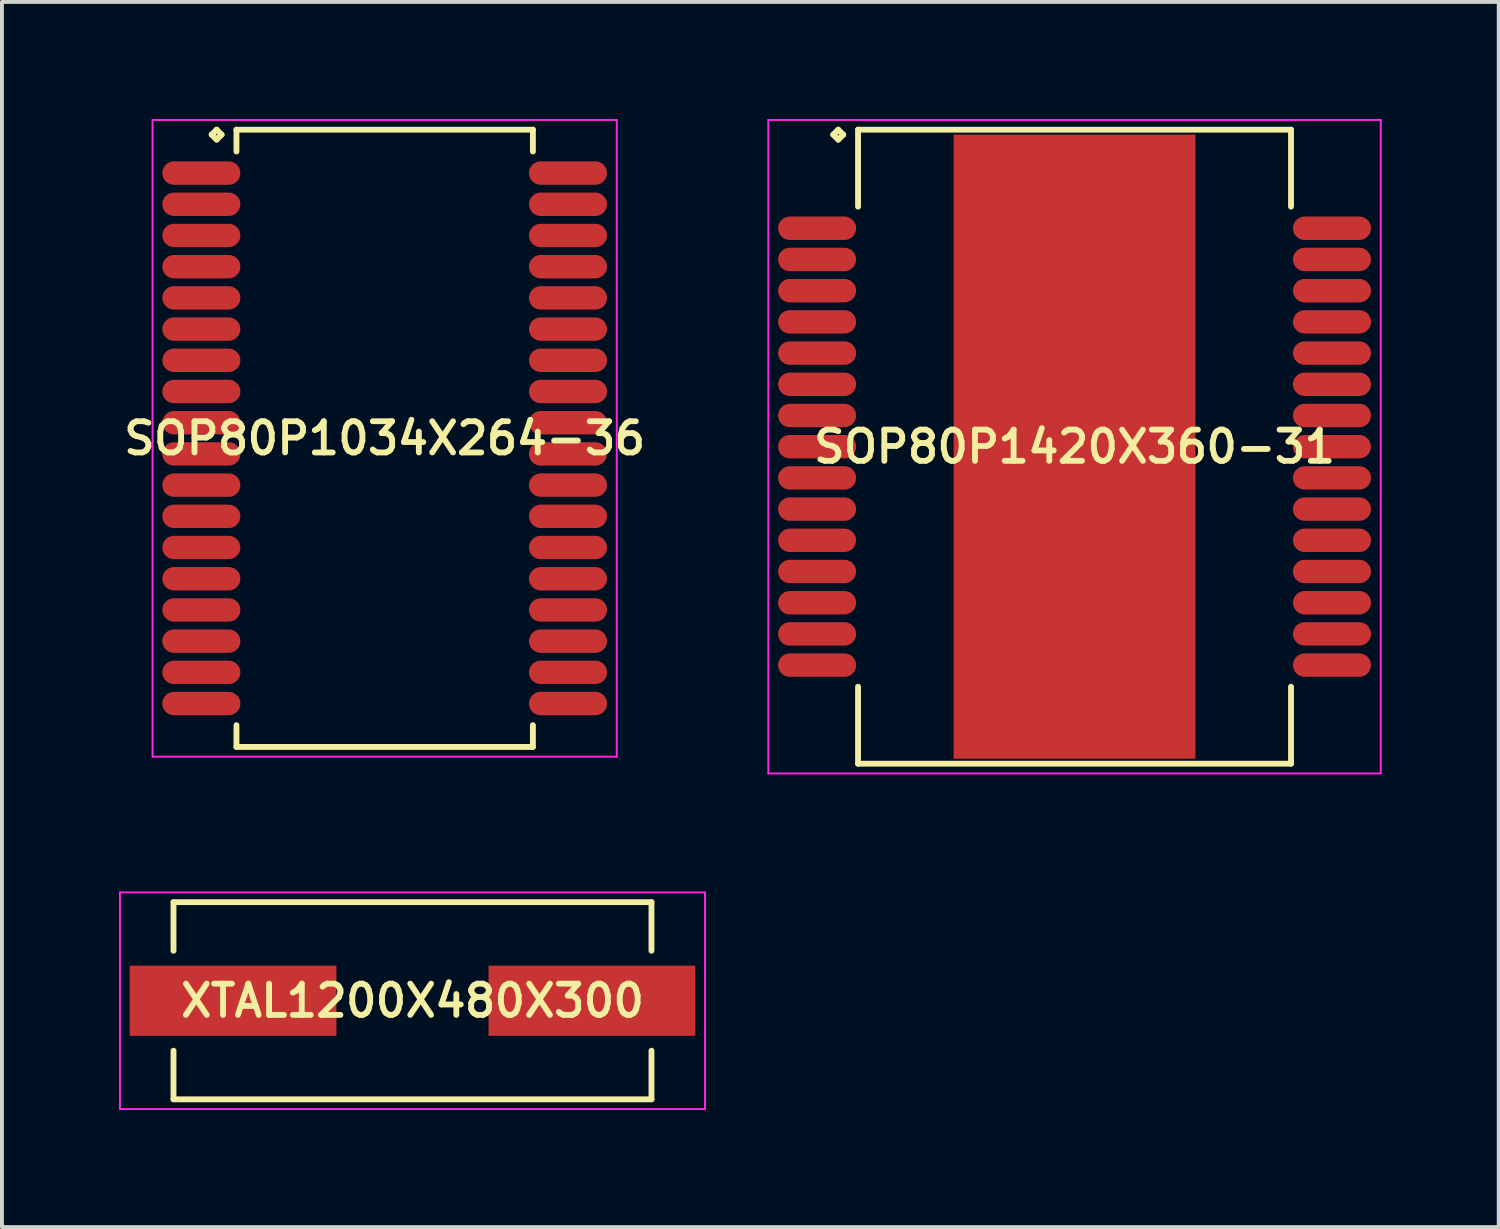
<source format=kicad_pcb>
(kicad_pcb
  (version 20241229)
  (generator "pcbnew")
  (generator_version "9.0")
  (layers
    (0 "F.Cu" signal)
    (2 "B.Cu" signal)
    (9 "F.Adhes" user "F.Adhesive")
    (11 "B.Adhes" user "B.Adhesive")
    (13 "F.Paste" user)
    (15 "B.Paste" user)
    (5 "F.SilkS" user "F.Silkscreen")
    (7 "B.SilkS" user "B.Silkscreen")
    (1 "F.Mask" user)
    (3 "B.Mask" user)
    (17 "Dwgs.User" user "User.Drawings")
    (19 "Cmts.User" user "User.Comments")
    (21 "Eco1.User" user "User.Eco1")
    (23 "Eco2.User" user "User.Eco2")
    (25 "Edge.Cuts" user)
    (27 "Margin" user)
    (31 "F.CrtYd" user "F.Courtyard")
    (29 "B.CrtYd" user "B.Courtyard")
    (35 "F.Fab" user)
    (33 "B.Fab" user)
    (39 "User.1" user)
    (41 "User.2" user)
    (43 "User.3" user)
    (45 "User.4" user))
  (footprint "SOP80P1034X264-36"
    (layer "F.Cu")
    (at 6.812 8.187)
    (property "Reference" "SOP80P1034X264-36" (at 0 0 0) (layer "F.SilkS") (effects (font (size 0.8 0.8) (thickness 0.15))))
    (attr smd)
    (fp_line (start -4.435 -7.785) (end -4.308 -7.912) (stroke (width 0.15) (type solid)) (layer "F.SilkS"))
    (fp_line (start -4.308 -7.912) (end -4.181 -7.785) (stroke (width 0.15) (type solid)) (layer "F.SilkS"))
    (fp_line (start -4.308 -7.658) (end -4.435 -7.785) (stroke (width 0.15) (type solid)) (layer "F.SilkS"))
    (fp_line (start -4.181 -7.785) (end -4.308 -7.658) (stroke (width 0.15) (type solid)) (layer "F.SilkS"))
    (fp_line (start -3.8 -7.912) (end 3.8 -7.912) (stroke (width 0.15) (type solid)) (layer "F.SilkS"))
    (fp_line (start -3.8 -7.354) (end -3.8 -7.912) (stroke (width 0.15) (type solid)) (layer "F.SilkS"))
    (fp_line (start -3.8 7.354) (end -3.8 7.912) (stroke (width 0.15) (type solid)) (layer "F.SilkS"))
    (fp_line (start -3.8 7.912) (end 3.8 7.912) (stroke (width 0.15) (type solid)) (layer "F.SilkS"))
    (fp_line (start 3.8 -7.912) (end 3.8 -7.354) (stroke (width 0.15) (type solid)) (layer "F.SilkS"))
    (fp_line (start 3.8 7.912) (end 3.8 7.354) (stroke (width 0.15) (type solid)) (layer "F.SilkS"))
    (fp_line (start -5.95 -8.162) (end 5.95 -8.162) (stroke (width 0.05) (type solid)) (layer "F.CrtYd"))
    (fp_line (start -5.95 8.162) (end -5.95 -8.162) (stroke (width 0.05) (type solid)) (layer "F.CrtYd"))
    (fp_line (start 5.95 -8.162) (end 5.95 8.162) (stroke (width 0.05) (type solid)) (layer "F.CrtYd"))
    (fp_line (start 5.95 8.162) (end -5.95 8.162) (stroke (width 0.05) (type solid)) (layer "F.CrtYd"))
    (pad "1" smd oval (at -4.7 -6.8) (size 2 0.6) (layers "F.Cu" "F.Mask" "F.Paste"))
    (pad "2" smd oval (at -4.7 -6) (size 2 0.6) (layers "F.Cu" "F.Mask" "F.Paste"))
    (pad "3" smd oval (at -4.7 -5.2) (size 2 0.6) (layers "F.Cu" "F.Mask" "F.Paste"))
    (pad "4" smd oval (at -4.7 -4.4) (size 2 0.6) (layers "F.Cu" "F.Mask" "F.Paste"))
    (pad "5" smd oval (at -4.7 -3.6) (size 2 0.6) (layers "F.Cu" "F.Mask" "F.Paste"))
    (pad "6" smd oval (at -4.7 -2.8) (size 2 0.6) (layers "F.Cu" "F.Mask" "F.Paste"))
    (pad "7" smd oval (at -4.7 -2) (size 2 0.6) (layers "F.Cu" "F.Mask" "F.Paste"))
    (pad "8" smd oval (at -4.7 -1.2) (size 2 0.6) (layers "F.Cu" "F.Mask" "F.Paste"))
    (pad "9" smd oval (at -4.7 -0.4) (size 2 0.6) (layers "F.Cu" "F.Mask" "F.Paste"))
    (pad "10" smd oval (at -4.7 0.4) (size 2 0.6) (layers "F.Cu" "F.Mask" "F.Paste"))
    (pad "11" smd oval (at -4.7 1.2) (size 2 0.6) (layers "F.Cu" "F.Mask" "F.Paste"))
    (pad "12" smd oval (at -4.7 2) (size 2 0.6) (layers "F.Cu" "F.Mask" "F.Paste"))
    (pad "13" smd oval (at -4.7 2.8) (size 2 0.6) (layers "F.Cu" "F.Mask" "F.Paste"))
    (pad "14" smd oval (at -4.7 3.6) (size 2 0.6) (layers "F.Cu" "F.Mask" "F.Paste"))
    (pad "15" smd oval (at -4.7 4.4) (size 2 0.6) (layers "F.Cu" "F.Mask" "F.Paste"))
    (pad "16" smd oval (at -4.7 5.2) (size 2 0.6) (layers "F.Cu" "F.Mask" "F.Paste"))
    (pad "17" smd oval (at -4.7 6) (size 2 0.6) (layers "F.Cu" "F.Mask" "F.Paste"))
    (pad "18" smd oval (at -4.7 6.8) (size 2 0.6) (layers "F.Cu" "F.Mask" "F.Paste"))
    (pad "19" smd oval (at 4.7 6.8) (size 2 0.6) (layers "F.Cu" "F.Mask" "F.Paste"))
    (pad "20" smd oval (at 4.7 6) (size 2 0.6) (layers "F.Cu" "F.Mask" "F.Paste"))
    (pad "21" smd oval (at 4.7 5.2) (size 2 0.6) (layers "F.Cu" "F.Mask" "F.Paste"))
    (pad "22" smd oval (at 4.7 4.4) (size 2 0.6) (layers "F.Cu" "F.Mask" "F.Paste"))
    (pad "23" smd oval (at 4.7 3.6) (size 2 0.6) (layers "F.Cu" "F.Mask" "F.Paste"))
    (pad "24" smd oval (at 4.7 2.8) (size 2 0.6) (layers "F.Cu" "F.Mask" "F.Paste"))
    (pad "25" smd oval (at 4.7 2) (size 2 0.6) (layers "F.Cu" "F.Mask" "F.Paste"))
    (pad "26" smd oval (at 4.7 1.2) (size 2 0.6) (layers "F.Cu" "F.Mask" "F.Paste"))
    (pad "27" smd oval (at 4.7 0.4) (size 2 0.6) (layers "F.Cu" "F.Mask" "F.Paste"))
    (pad "28" smd oval (at 4.7 -0.4) (size 2 0.6) (layers "F.Cu" "F.Mask" "F.Paste"))
    (pad "29" smd oval (at 4.7 -1.2) (size 2 0.6) (layers "F.Cu" "F.Mask" "F.Paste"))
    (pad "30" smd oval (at 4.7 -2) (size 2 0.6) (layers "F.Cu" "F.Mask" "F.Paste"))
    (pad "31" smd oval (at 4.7 -2.8) (size 2 0.6) (layers "F.Cu" "F.Mask" "F.Paste"))
    (pad "32" smd oval (at 4.7 -3.6) (size 2 0.6) (layers "F.Cu" "F.Mask" "F.Paste"))
    (pad "33" smd oval (at 4.7 -4.4) (size 2 0.6) (layers "F.Cu" "F.Mask" "F.Paste"))
    (pad "34" smd oval (at 4.7 -5.2) (size 2 0.6) (layers "F.Cu" "F.Mask" "F.Paste"))
    (pad "35" smd oval (at 4.7 -6) (size 2 0.6) (layers "F.Cu" "F.Mask" "F.Paste"))
    (pad "36" smd oval (at 4.7 -6.8) (size 2 0.6) (layers "F.Cu" "F.Mask" "F.Paste")))
  (footprint "XTAL1200X480X300"
    (layer "F.Cu")
    (at 7.525 22.606)
    (property "Reference" "XTAL1200X480X300" (at 0 0 0) (layer "F.SilkS") (effects (font (size 0.8 0.8) (thickness 0.15))))
    (attr smd)
    (fp_line (start -6.127 -2.527) (end 6.127 -2.527) (stroke (width 0.15) (type solid)) (layer "F.SilkS"))
    (fp_line (start -6.127 -1.281) (end -6.127 -2.527) (stroke (width 0.15) (type solid)) (layer "F.SilkS"))
    (fp_line (start -6.127 1.281) (end -6.127 2.527) (stroke (width 0.15) (type solid)) (layer "F.SilkS"))
    (fp_line (start -6.127 2.527) (end 6.127 2.527) (stroke (width 0.15) (type solid)) (layer "F.SilkS"))
    (fp_line (start 6.127 -2.527) (end 6.127 -1.281) (stroke (width 0.15) (type solid)) (layer "F.SilkS"))
    (fp_line (start 6.127 2.527) (end 6.127 1.281) (stroke (width 0.15) (type solid)) (layer "F.SilkS"))
    (fp_line (start -7.5 -2.777) (end 7.5 -2.777) (stroke (width 0.05) (type solid)) (layer "F.CrtYd"))
    (fp_line (start -7.5 2.777) (end -7.5 -2.777) (stroke (width 0.05) (type solid)) (layer "F.CrtYd"))
    (fp_line (start 7.5 -2.777) (end 7.5 2.777) (stroke (width 0.05) (type solid)) (layer "F.CrtYd"))
    (fp_line (start 7.5 2.777) (end -7.5 2.777) (stroke (width 0.05) (type solid)) (layer "F.CrtYd"))
    (pad "1" smd rect (at -4.6 0) (size 5.3 1.8) (layers "F.Cu" "F.Mask" "F.Paste"))
    (pad "2" smd rect (at 4.6 0) (size 5.3 1.8) (layers "F.Cu" "F.Mask" "F.Paste")))
  (footprint "SOP80P1420X360-31"
    (layer "F.Cu")
    (at 24.498 8.402)
    (property "Reference" "SOP80P1420X360-31" (at 0 0 0) (layer "F.SilkS") (effects (font (size 0.8 0.8) (thickness 0.15))))
    (attr smd)
    (fp_line (start -6.185 -8) (end -6.058 -8.127) (stroke (width 0.15) (type solid)) (layer "F.SilkS"))
    (fp_line (start -6.058 -8.127) (end -5.931 -8) (stroke (width 0.15) (type solid)) (layer "F.SilkS"))
    (fp_line (start -6.058 -7.873) (end -6.185 -8) (stroke (width 0.15) (type solid)) (layer "F.SilkS"))
    (fp_line (start -5.931 -8) (end -6.058 -7.873) (stroke (width 0.15) (type solid)) (layer "F.SilkS"))
    (fp_line (start -5.55 -8.127) (end 5.55 -8.127) (stroke (width 0.15) (type solid)) (layer "F.SilkS"))
    (fp_line (start -5.55 -6.154) (end -5.55 -8.127) (stroke (width 0.15) (type solid)) (layer "F.SilkS"))
    (fp_line (start -5.55 6.154) (end -5.55 8.127) (stroke (width 0.15) (type solid)) (layer "F.SilkS"))
    (fp_line (start -5.55 8.127) (end 5.55 8.127) (stroke (width 0.15) (type solid)) (layer "F.SilkS"))
    (fp_line (start 5.55 -8.127) (end 5.55 -6.154) (stroke (width 0.15) (type solid)) (layer "F.SilkS"))
    (fp_line (start 5.55 8.127) (end 5.55 6.154) (stroke (width 0.15) (type solid)) (layer "F.SilkS"))
    (fp_line (start -7.85 -8.377) (end 7.85 -8.377) (stroke (width 0.05) (type solid)) (layer "F.CrtYd"))
    (fp_line (start -7.85 8.377) (end -7.85 -8.377) (stroke (width 0.05) (type solid)) (layer "F.CrtYd"))
    (fp_line (start 7.85 -8.377) (end 7.85 8.377) (stroke (width 0.05) (type solid)) (layer "F.CrtYd"))
    (fp_line (start 7.85 8.377) (end -7.85 8.377) (stroke (width 0.05) (type solid)) (layer "F.CrtYd"))
    (pad "1" smd oval (at -6.6 -5.6) (size 2 0.6) (layers "F.Cu" "F.Mask" "F.Paste"))
    (pad "2" smd oval (at -6.6 -4.8) (size 2 0.6) (layers "F.Cu" "F.Mask" "F.Paste"))
    (pad "3" smd oval (at -6.6 -4) (size 2 0.6) (layers "F.Cu" "F.Mask" "F.Paste"))
    (pad "4" smd oval (at -6.6 -3.2) (size 2 0.6) (layers "F.Cu" "F.Mask" "F.Paste"))
    (pad "5" smd oval (at -6.6 -2.4) (size 2 0.6) (layers "F.Cu" "F.Mask" "F.Paste"))
    (pad "6" smd oval (at -6.6 -1.6) (size 2 0.6) (layers "F.Cu" "F.Mask" "F.Paste"))
    (pad "7" smd oval (at -6.6 -0.8) (size 2 0.6) (layers "F.Cu" "F.Mask" "F.Paste"))
    (pad "8" smd oval (at -6.6 0) (size 2 0.6) (layers "F.Cu" "F.Mask" "F.Paste"))
    (pad "9" smd oval (at -6.6 0.8) (size 2 0.6) (layers "F.Cu" "F.Mask" "F.Paste"))
    (pad "10" smd oval (at -6.6 1.6) (size 2 0.6) (layers "F.Cu" "F.Mask" "F.Paste"))
    (pad "11" smd oval (at -6.6 2.4) (size 2 0.6) (layers "F.Cu" "F.Mask" "F.Paste"))
    (pad "12" smd oval (at -6.6 3.2) (size 2 0.6) (layers "F.Cu" "F.Mask" "F.Paste"))
    (pad "13" smd oval (at -6.6 4) (size 2 0.6) (layers "F.Cu" "F.Mask" "F.Paste"))
    (pad "14" smd oval (at -6.6 4.8) (size 2 0.6) (layers "F.Cu" "F.Mask" "F.Paste"))
    (pad "15" smd oval (at -6.6 5.6) (size 2 0.6) (layers "F.Cu" "F.Mask" "F.Paste"))
    (pad "16" smd oval (at 6.6 5.6) (size 2 0.6) (layers "F.Cu" "F.Mask" "F.Paste"))
    (pad "17" smd oval (at 6.6 4.8) (size 2 0.6) (layers "F.Cu" "F.Mask" "F.Paste"))
    (pad "18" smd oval (at 6.6 4) (size 2 0.6) (layers "F.Cu" "F.Mask" "F.Paste"))
    (pad "19" smd oval (at 6.6 3.2) (size 2 0.6) (layers "F.Cu" "F.Mask" "F.Paste"))
    (pad "20" smd oval (at 6.6 2.4) (size 2 0.6) (layers "F.Cu" "F.Mask" "F.Paste"))
    (pad "21" smd oval (at 6.6 1.6) (size 2 0.6) (layers "F.Cu" "F.Mask" "F.Paste"))
    (pad "22" smd oval (at 6.6 0.8) (size 2 0.6) (layers "F.Cu" "F.Mask" "F.Paste"))
    (pad "23" smd oval (at 6.6 0) (size 2 0.6) (layers "F.Cu" "F.Mask" "F.Paste"))
    (pad "24" smd oval (at 6.6 -0.8) (size 2 0.6) (layers "F.Cu" "F.Mask" "F.Paste"))
    (pad "25" smd oval (at 6.6 -1.6) (size 2 0.6) (layers "F.Cu" "F.Mask" "F.Paste"))
    (pad "26" smd oval (at 6.6 -2.4) (size 2 0.6) (layers "F.Cu" "F.Mask" "F.Paste"))
    (pad "27" smd oval (at 6.6 -3.2) (size 2 0.6) (layers "F.Cu" "F.Mask" "F.Paste"))
    (pad "28" smd oval (at 6.6 -4) (size 2 0.6) (layers "F.Cu" "F.Mask" "F.Paste"))
    (pad "29" smd oval (at 6.6 -4.8) (size 2 0.6) (layers "F.Cu" "F.Mask" "F.Paste"))
    (pad "30" smd oval (at 6.6 -5.6) (size 2 0.6) (layers "F.Cu" "F.Mask" "F.Paste"))
    (pad "31" smd rect (at 0 0) (size 6.2 16) (layers "F.Cu" "F.Mask" "F.Paste")))
  (gr_rect
    (start -3 -3)
    (end 35.373 28.408)
    (stroke (width 0.1) (type default))
    (fill no)
    (layer "Edge.Cuts")))
</source>
